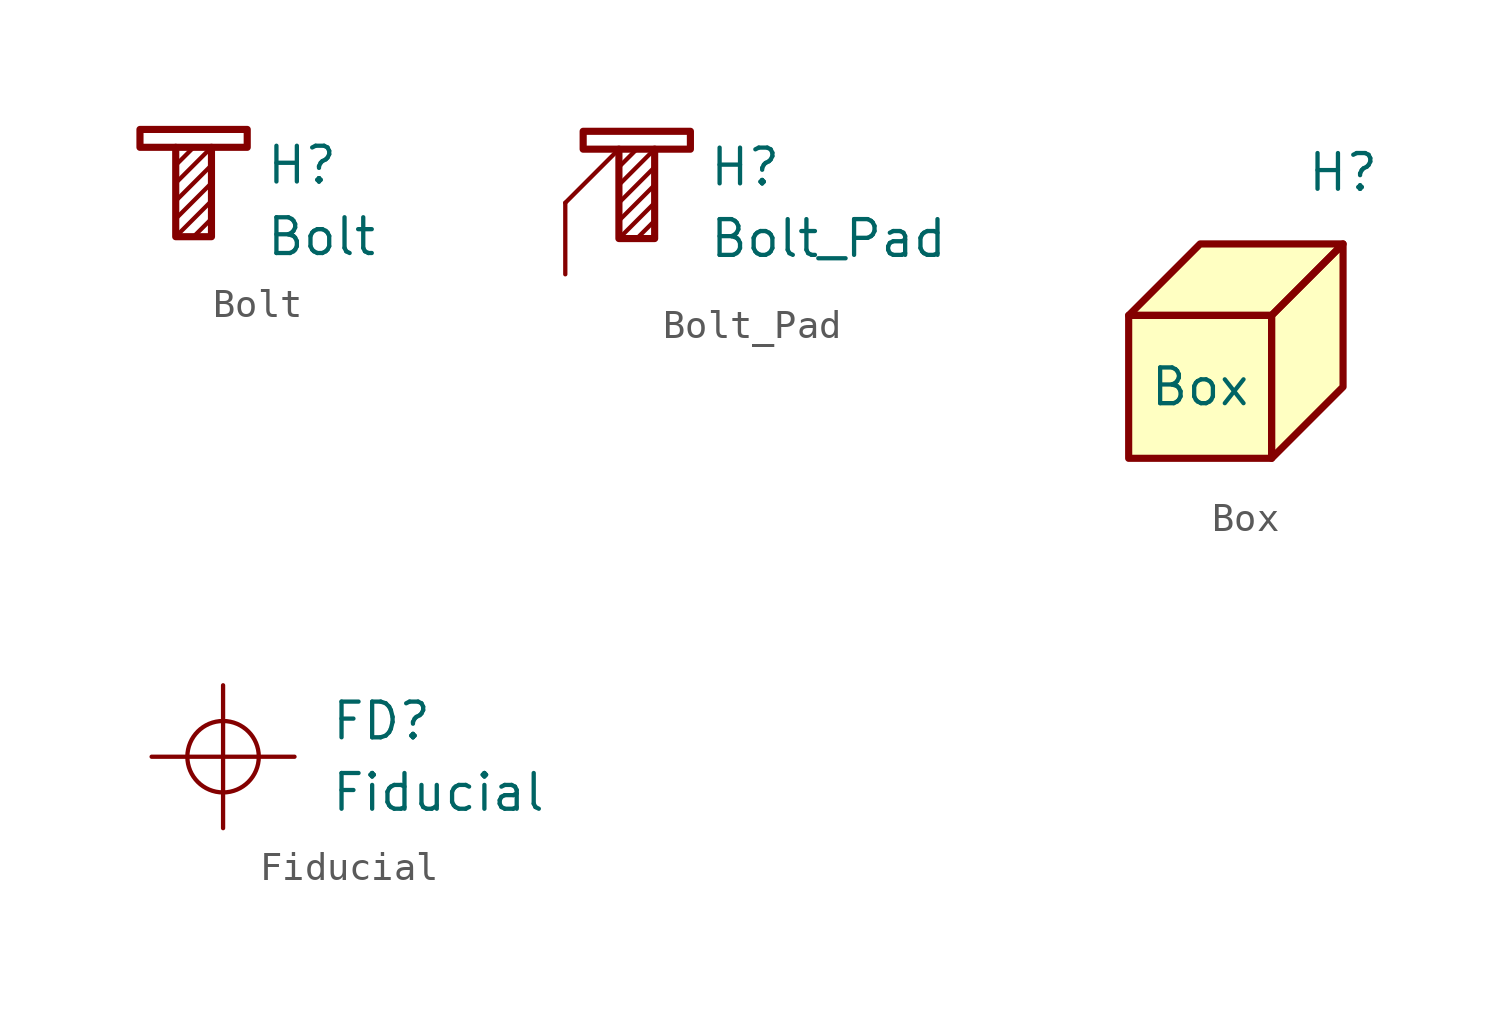
<source format=kicad_sym>
(kicad_symbol_lib
  (version 20210619)
  (generator kicad_symbol_editor)
  (symbol "KLIB_Mechanical:Bolt"
    (pin_numbers hide)
    (pin_names
      (offset 0) hide)
    (property "Reference" "H"
      (at 2.54 1.27 0)
      (effects (font (size 1.27 1.27)) (justify left)))
    (property "Value" "Bolt"
      (at 2.54 -1.27 0)
      (effects (font (size 1.27 1.27)) (justify left)))
    (symbol "Bolt_1_1"
      (polyline (pts (xy -0.635 -1.27) (xy 0.635 0)) (stroke (width 0)) (fill (type none)))
      (polyline (pts (xy -0.635 -0.635) (xy 0.635 0.635)) (stroke (width 0)) (fill (type none)))
      (polyline (pts (xy -0.635 0) (xy 0.635 1.27)) (stroke (width 0)) (fill (type none)))
      (polyline (pts (xy -0.635 0.635) (xy 0.635 1.905)) (stroke (width 0)) (fill (type none)))
      (polyline (pts (xy -0.635 1.905) (xy 0.635 1.905)) (stroke (width 0.254)) (fill (type none)))
      (polyline (pts (xy 0 -1.27) (xy 0.635 -0.635)) (stroke (width 0)) (fill (type none)))
      (polyline (pts (xy 0 1.905) (xy -0.635 1.27)) (stroke (width 0)) (fill (type none)))
      (polyline (pts (xy -0.635 1.905) (xy -1.905 1.905) (xy -1.905 2.54) (xy 1.905 2.54) (xy 1.905 1.905) (xy 0.635 1.905) (xy 0.635 -1.27) (xy -0.635 -1.27) (xy -0.635 1.905)) (stroke (width 0.254)) (fill (type none)))))
  (symbol "KLIB_Mechanical:Bolt_Pad"
    (pin_numbers hide)
    (pin_names
      (offset 0) hide)
    (property "Reference" "H"
      (at 5.08 3.81 0)
      (effects (font (size 1.27 1.27)) (justify left)))
    (property "Value" "Bolt_Pad"
      (at 5.08 1.27 0)
      (effects (font (size 1.27 1.27)) (justify left)))
    (symbol "Bolt_Pad_0_1"
      (polyline (pts (xy 1.905 1.27) (xy 3.175 2.54)) (stroke (width 0)) (fill (type none)))
      (polyline (pts (xy 1.905 1.905) (xy 3.175 3.175)) (stroke (width 0)) (fill (type none)))
      (polyline (pts (xy 1.905 2.54) (xy 3.175 3.81)) (stroke (width 0)) (fill (type none)))
      (polyline (pts (xy 1.905 3.175) (xy 3.175 4.445)) (stroke (width 0)) (fill (type none)))
      (polyline (pts (xy 1.905 4.445) (xy 0 2.54)) (stroke (width 0)) (fill (type none)))
      (polyline (pts (xy 1.905 4.445) (xy 3.175 4.445)) (stroke (width 0.254)) (fill (type none)))
      (polyline (pts (xy 2.54 1.27) (xy 3.175 1.905)) (stroke (width 0)) (fill (type none)))
      (polyline (pts (xy 2.54 4.445) (xy 1.905 3.81)) (stroke (width 0)) (fill (type none)))
      (polyline (pts (xy 1.905 4.445) (xy 0.635 4.445) (xy 0.635 5.08) (xy 4.445 5.08) (xy 4.445 4.445) (xy 3.175 4.445) (xy 3.175 1.27) (xy 1.905 1.27) (xy 1.905 4.445)) (stroke (width 0.254)) (fill (type none))))
    (symbol "Bolt_Pad_1_1"
      (pin passive line (at 0 0 90) (length 2.54) (name "1" (effects (font (size 1.27 1.27)))) (number "1" (effects (font (size 1.27 1.27)))))))
  (symbol "KLIB_Mechanical:Box"
    (property "Reference" "H"
      (at 5.08 7.62 0)
      (effects (font (size 1.27 1.27))))
    (property "Value" "Box"
      (at 0 0 0)
      (effects (font (size 1.27 1.27))))
    (symbol "Box_0_1"
      (polyline (pts (xy -2.54 -2.54) (xy -2.54 2.54) (xy 2.54 2.54) (xy 2.54 -2.54) (xy -2.54 -2.54)) (stroke (width 0.254)) (fill (type background)))
      (polyline (pts (xy 2.54 2.54) (xy 5.08 5.08) (xy 0 5.08) (xy -2.54 2.54) (xy 2.54 2.54)) (stroke (width 0.254)) (fill (type background)))
      (polyline (pts (xy 2.54 2.54) (xy 5.08 5.08) (xy 5.08 0) (xy 2.54 -2.54) (xy 2.54 2.54)) (stroke (width 0.254)) (fill (type background)))))
  (symbol "KLIB_Mechanical:Fiducial"
    (pin_numbers hide)
    (pin_names
      (offset 0) hide)
    (property "Reference" "FD"
      (at 3.81 1.27 0)
      (effects (font (size 1.27 1.27)) (justify left)))
    (property "Value" "Fiducial"
      (at 3.81 -1.27 0)
      (effects (font (size 1.27 1.27)) (justify left)))
    (symbol "Fiducial_0_1"
      (circle (center 0 0) (radius 1.27) (stroke (width 0)) (fill (type none)))
      (polyline (pts (xy -2.54 0) (xy 2.54 0)) (stroke (width 0)) (fill (type none)))
      (polyline (pts (xy 0 2.54) (xy 0 -2.54)) (stroke (width 0)) (fill (type none))))
    (symbol "Fiducial_1_1"
      (pin no_connect line (at 0 0 0) (length 1.27) hide (name "~" (effects (font (size 1.27 1.27)))) (number "~" (effects (font (size 1.27 1.27))))))))
</source>
